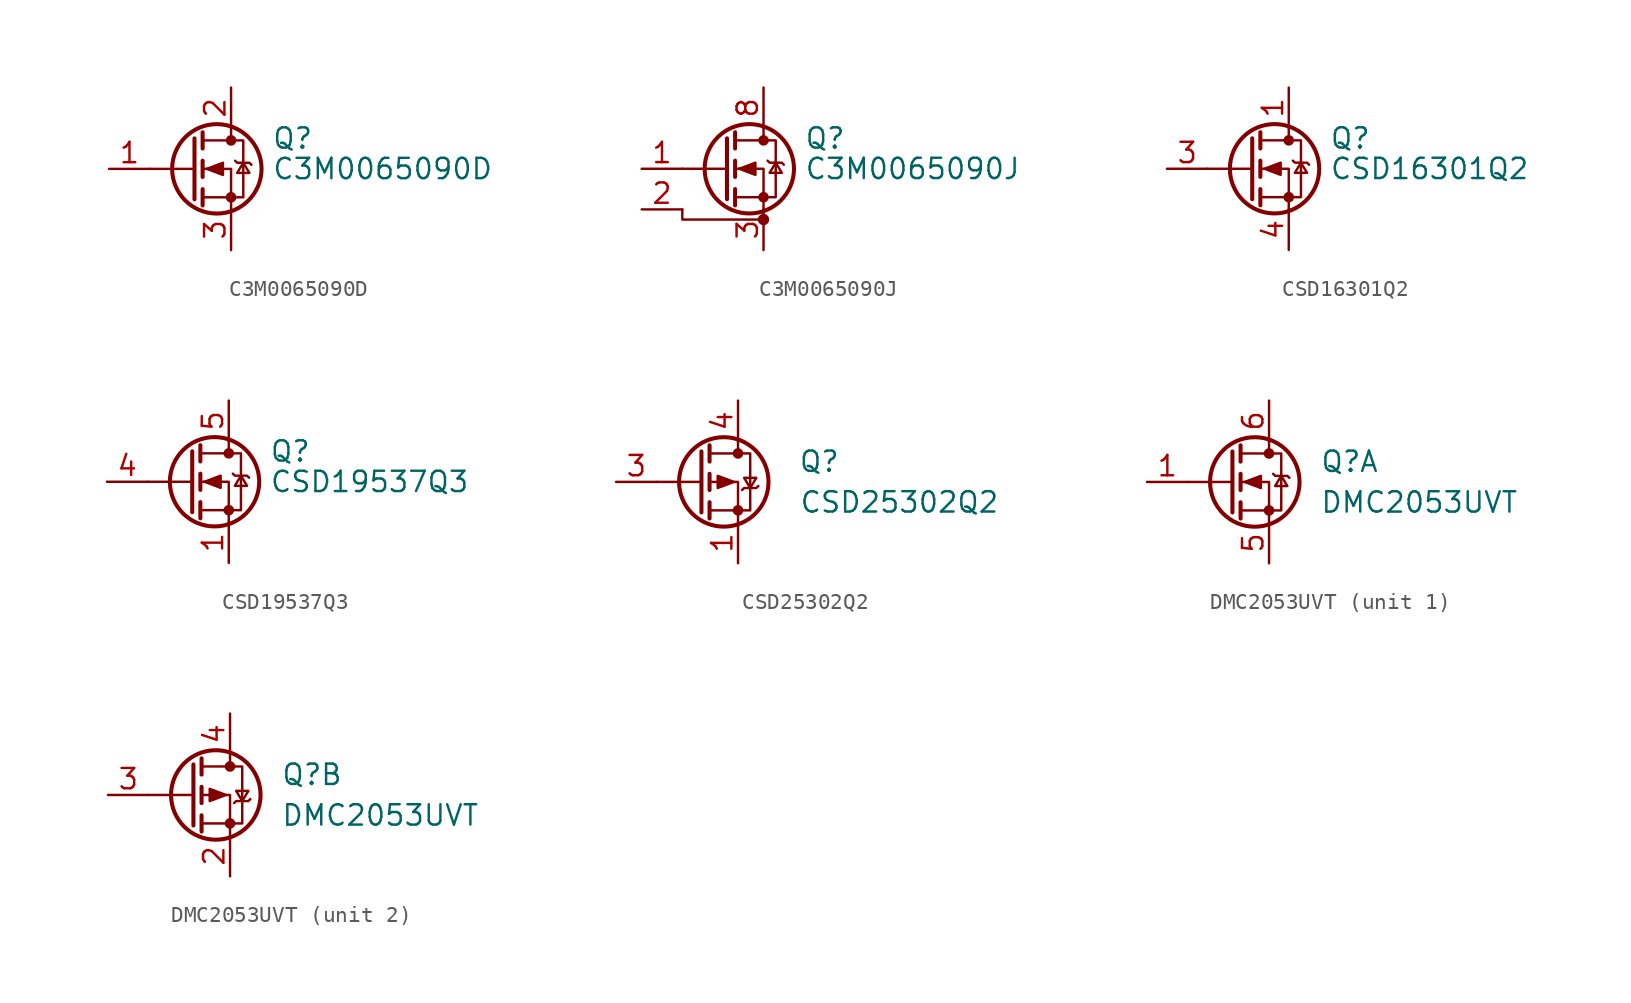
<source format=kicad_sym>
(kicad_symbol_lib
  (version 20201005)
  (generator kicad_symbol_editor)
  (symbol "C3M0065090D"
    (pin_names hide)
    (property "Reference" "Q"
      (at 5.08 1.905 0)
      (effects (font (size 1.27 1.27)) (justify left)))
    (property "Value" "C3M0065090D"
      (at 5.08 0 0)
      (effects (font (size 1.27 1.27)) (justify left)))
    (symbol "C3M0065090D_0_1"
      (circle (center 1.651 0) (radius 2.794) (stroke (width 0.254)) (fill (type none)))
      (circle (center 2.54 -1.778) (radius 0.254) (stroke (width 0)) (fill (type outline)))
      (circle (center 2.54 1.778) (radius 0.254) (stroke (width 0)) (fill (type outline)))
      (polyline (pts (xy 0.254 0) (xy -2.54 0)) (stroke (width 0)) (fill (type none)))
      (polyline (pts (xy 0.254 1.905) (xy 0.254 -1.905)) (stroke (width 0.254)) (fill (type none)))
      (polyline (pts (xy 0.762 -1.27) (xy 0.762 -2.286)) (stroke (width 0.254)) (fill (type none)))
      (polyline (pts (xy 0.762 0.508) (xy 0.762 -0.508)) (stroke (width 0.254)) (fill (type none)))
      (polyline (pts (xy 0.762 2.286) (xy 0.762 1.27)) (stroke (width 0.254)) (fill (type none)))
      (polyline (pts (xy 2.54 2.54) (xy 2.54 1.778)) (stroke (width 0)) (fill (type none)))
      (polyline (pts (xy 2.54 -2.54) (xy 2.54 0) (xy 0.762 0)) (stroke (width 0)) (fill (type none)))
      (polyline (pts (xy 0.762 -1.778) (xy 3.302 -1.778) (xy 3.302 1.778) (xy 0.762 1.778)) (stroke (width 0)) (fill (type none)))
      (polyline (pts (xy 2.794 0.508) (xy 2.921 0.381) (xy 3.683 0.381) (xy 3.81 0.254)) (stroke (width 0)) (fill (type none)))
      (polyline (pts (xy 3.302 0.381) (xy 2.921 -0.254) (xy 3.683 -0.254) (xy 3.302 0.381)) (stroke (width 0)) (fill (type none)))
      (polyline (pts (xy 1.016 0) (xy 2.032 0.381) (xy 2.032 -0.381) (xy 1.016 0)) (stroke (width 0)) (fill (type outline))))
    (symbol "C3M0065090D_1_1"
      (pin input line (at -5.08 0 0) (length 2.54) (name "G" (effects (font (size 1.27 1.27)))) (number "1" (effects (font (size 1.27 1.27)))))
      (pin passive line (at 2.54 5.08 270) (length 2.54) (name "D" (effects (font (size 1.27 1.27)))) (number "2" (effects (font (size 1.27 1.27)))))
      (pin passive line (at 2.54 -5.08 90) (length 2.54) (name "S" (effects (font (size 1.27 1.27)))) (number "3" (effects (font (size 1.27 1.27)))))))
  (symbol "C3M0065090J"
    (pin_names hide)
    (property "Reference" "Q"
      (at 5.08 1.905 0)
      (effects (font (size 1.27 1.27)) (justify left)))
    (property "Value" "C3M0065090J"
      (at 5.08 0 0)
      (effects (font (size 1.27 1.27)) (justify left)))
    (symbol "C3M0065090J_0_1"
      (circle (center 1.651 0) (radius 2.794) (stroke (width 0.254)) (fill (type none)))
      (circle (center 2.54 -3.175) (radius 0.279) (stroke (width 0)) (fill (type outline)))
      (circle (center 2.54 -1.778) (radius 0.254) (stroke (width 0)) (fill (type outline)))
      (circle (center 2.54 1.778) (radius 0.254) (stroke (width 0)) (fill (type outline)))
      (polyline (pts (xy 0.254 0) (xy -2.54 0)) (stroke (width 0)) (fill (type none)))
      (polyline (pts (xy 0.254 1.905) (xy 0.254 -1.905)) (stroke (width 0.254)) (fill (type none)))
      (polyline (pts (xy 0.762 -1.27) (xy 0.762 -2.286)) (stroke (width 0.254)) (fill (type none)))
      (polyline (pts (xy 0.762 0.508) (xy 0.762 -0.508)) (stroke (width 0.254)) (fill (type none)))
      (polyline (pts (xy 0.762 2.286) (xy 0.762 1.27)) (stroke (width 0.254)) (fill (type none)))
      (polyline (pts (xy 2.54 2.54) (xy 2.54 1.778)) (stroke (width 0)) (fill (type none)))
      (polyline (pts (xy -2.54 -2.54) (xy -2.54 -3.175) (xy 2.54 -3.175)) (stroke (width 0)) (fill (type none)))
      (polyline (pts (xy 2.54 -2.54) (xy 2.54 0) (xy 0.762 0)) (stroke (width 0)) (fill (type none)))
      (polyline (pts (xy 0.762 -1.778) (xy 3.302 -1.778) (xy 3.302 1.778) (xy 0.762 1.778)) (stroke (width 0)) (fill (type none)))
      (polyline (pts (xy 2.794 0.508) (xy 2.921 0.381) (xy 3.683 0.381) (xy 3.81 0.254)) (stroke (width 0)) (fill (type none)))
      (polyline (pts (xy 3.302 0.381) (xy 2.921 -0.254) (xy 3.683 -0.254) (xy 3.302 0.381)) (stroke (width 0)) (fill (type none)))
      (polyline (pts (xy 1.016 0) (xy 2.032 0.381) (xy 2.032 -0.381) (xy 1.016 0)) (stroke (width 0)) (fill (type outline))))
    (symbol "C3M0065090J_1_1"
      (pin input line (at -5.08 0 0) (length 2.54) (name "G" (effects (font (size 1.27 1.27)))) (number "1" (effects (font (size 1.27 1.27)))))
      (pin passive line (at -5.08 -2.54 0) (length 2.54) (name "DS" (effects (font (size 1.27 1.27)))) (number "2" (effects (font (size 1.27 1.27)))))
      (pin passive line (at 2.54 -5.08 90) (length 2.54) (name "S" (effects (font (size 1.27 1.27)))) (number "3" (effects (font (size 1.27 1.27)))))
      (pin passive line (at 2.54 -5.08 90) (length 2.54) hide (name "S" (effects (font (size 1.27 1.27)))) (number "4" (effects (font (size 1.27 1.27)))))
      (pin passive line (at 2.54 -5.08 90) (length 2.54) hide (name "S" (effects (font (size 1.27 1.27)))) (number "5" (effects (font (size 1.27 1.27)))))
      (pin passive line (at 2.54 -5.08 90) (length 2.54) hide (name "S" (effects (font (size 1.27 1.27)))) (number "6" (effects (font (size 1.27 1.27)))))
      (pin passive line (at 2.54 -5.08 90) (length 2.54) hide (name "S" (effects (font (size 1.27 1.27)))) (number "7" (effects (font (size 1.27 1.27)))))
      (pin passive line (at 2.54 5.08 270) (length 2.54) (name "D" (effects (font (size 1.27 1.27)))) (number "8" (effects (font (size 1.27 1.27)))))))
  (symbol "CSD16301Q2"
    (pin_names hide)
    (property "Reference" "Q"
      (at 5.08 1.905 0)
      (effects (font (size 1.27 1.27)) (justify left)))
    (property "Value" "CSD16301Q2"
      (at 5.08 0 0)
      (effects (font (size 1.27 1.27)) (justify left)))
    (symbol "CSD16301Q2_0_1"
      (circle (center 1.651 0) (radius 2.794) (stroke (width 0.254)) (fill (type none)))
      (circle (center 2.54 -1.778) (radius 0.254) (stroke (width 0)) (fill (type outline)))
      (circle (center 2.54 1.778) (radius 0.254) (stroke (width 0)) (fill (type outline)))
      (polyline (pts (xy 0.254 0) (xy -2.54 0)) (stroke (width 0)) (fill (type none)))
      (polyline (pts (xy 0.254 1.905) (xy 0.254 -1.905)) (stroke (width 0.254)) (fill (type none)))
      (polyline (pts (xy 0.762 -1.27) (xy 0.762 -2.286)) (stroke (width 0.254)) (fill (type none)))
      (polyline (pts (xy 0.762 0.508) (xy 0.762 -0.508)) (stroke (width 0.254)) (fill (type none)))
      (polyline (pts (xy 0.762 2.286) (xy 0.762 1.27)) (stroke (width 0.254)) (fill (type none)))
      (polyline (pts (xy 2.54 2.54) (xy 2.54 1.778)) (stroke (width 0)) (fill (type none)))
      (polyline (pts (xy 2.54 -2.54) (xy 2.54 0) (xy 0.762 0)) (stroke (width 0)) (fill (type none)))
      (polyline (pts (xy 0.762 -1.778) (xy 3.302 -1.778) (xy 3.302 1.778) (xy 0.762 1.778)) (stroke (width 0)) (fill (type none)))
      (polyline (pts (xy 2.794 0.508) (xy 2.921 0.381) (xy 3.683 0.381) (xy 3.81 0.254)) (stroke (width 0)) (fill (type none)))
      (polyline (pts (xy 3.302 0.381) (xy 2.921 -0.254) (xy 3.683 -0.254) (xy 3.302 0.381)) (stroke (width 0)) (fill (type none)))
      (polyline (pts (xy 1.016 0) (xy 2.032 0.381) (xy 2.032 -0.381) (xy 1.016 0)) (stroke (width 0)) (fill (type outline))))
    (symbol "CSD16301Q2_1_1"
      (pin passive line (at 2.54 5.08 270) (length 2.54) (name "D" (effects (font (size 1.27 1.27)))) (number "1" (effects (font (size 1.27 1.27)))))
      (pin passive line (at 2.54 5.08 270) (length 2.54) hide (name "D" (effects (font (size 1.27 1.27)))) (number "2" (effects (font (size 1.27 1.27)))))
      (pin passive line (at -5.08 0 0) (length 2.54) (name "G" (effects (font (size 1.27 1.27)))) (number "3" (effects (font (size 1.27 1.27)))))
      (pin passive line (at 2.54 -5.08 90) (length 2.54) (name "S" (effects (font (size 1.27 1.27)))) (number "4" (effects (font (size 1.27 1.27)))))
      (pin passive line (at 2.54 5.08 270) (length 2.54) hide (name "D" (effects (font (size 1.27 1.27)))) (number "5" (effects (font (size 1.27 1.27)))))
      (pin passive line (at 2.54 5.08 270) (length 2.54) hide (name "D" (effects (font (size 1.27 1.27)))) (number "6" (effects (font (size 1.27 1.27)))))
      (pin passive line (at 2.54 -5.08 90) (length 2.54) hide (name "S" (effects (font (size 1.27 1.27)))) (number "7" (effects (font (size 1.27 1.27)))))
      (pin passive line (at 2.54 5.08 270) (length 2.54) hide (name "D" (effects (font (size 1.27 1.27)))) (number "8" (effects (font (size 1.27 1.27)))))))
  (symbol "CSD19537Q3"
    (pin_names hide)
    (property "Reference" "Q"
      (at 5.08 1.905 0)
      (effects (font (size 1.27 1.27)) (justify left)))
    (property "Value" "CSD19537Q3"
      (at 5.08 0 0)
      (effects (font (size 1.27 1.27)) (justify left)))
    (symbol "CSD19537Q3_0_1"
      (circle (center 1.651 0) (radius 2.794) (stroke (width 0.254)) (fill (type none)))
      (circle (center 2.54 -1.778) (radius 0.254) (stroke (width 0)) (fill (type outline)))
      (circle (center 2.54 1.778) (radius 0.254) (stroke (width 0)) (fill (type outline)))
      (polyline (pts (xy 0.254 0) (xy -2.54 0)) (stroke (width 0)) (fill (type none)))
      (polyline (pts (xy 0.254 1.905) (xy 0.254 -1.905)) (stroke (width 0.254)) (fill (type none)))
      (polyline (pts (xy 0.762 -1.27) (xy 0.762 -2.286)) (stroke (width 0.254)) (fill (type none)))
      (polyline (pts (xy 0.762 0.508) (xy 0.762 -0.508)) (stroke (width 0.254)) (fill (type none)))
      (polyline (pts (xy 0.762 2.286) (xy 0.762 1.27)) (stroke (width 0.254)) (fill (type none)))
      (polyline (pts (xy 2.54 2.54) (xy 2.54 1.778)) (stroke (width 0)) (fill (type none)))
      (polyline (pts (xy 2.54 -2.54) (xy 2.54 0) (xy 0.762 0)) (stroke (width 0)) (fill (type none)))
      (polyline (pts (xy 0.762 -1.778) (xy 3.302 -1.778) (xy 3.302 1.778) (xy 0.762 1.778)) (stroke (width 0)) (fill (type none)))
      (polyline (pts (xy 2.794 0.508) (xy 2.921 0.381) (xy 3.683 0.381) (xy 3.81 0.254)) (stroke (width 0)) (fill (type none)))
      (polyline (pts (xy 3.302 0.381) (xy 2.921 -0.254) (xy 3.683 -0.254) (xy 3.302 0.381)) (stroke (width 0)) (fill (type none)))
      (polyline (pts (xy 1.016 0) (xy 2.032 0.381) (xy 2.032 -0.381) (xy 1.016 0)) (stroke (width 0)) (fill (type outline))))
    (symbol "CSD19537Q3_1_1"
      (pin passive line (at 2.54 -5.08 90) (length 2.54) (name "S" (effects (font (size 1.27 1.27)))) (number "1" (effects (font (size 1.27 1.27)))))
      (pin passive line (at 2.54 -5.08 90) (length 2.54) hide (name "S" (effects (font (size 1.27 1.27)))) (number "2" (effects (font (size 1.27 1.27)))))
      (pin passive line (at 2.54 -5.08 90) (length 2.54) hide (name "S" (effects (font (size 1.27 1.27)))) (number "3" (effects (font (size 1.27 1.27)))))
      (pin passive line (at -5.08 0 0) (length 2.54) (name "G" (effects (font (size 1.27 1.27)))) (number "4" (effects (font (size 1.27 1.27)))))
      (pin passive line (at 2.54 5.08 270) (length 2.54) (name "D" (effects (font (size 1.27 1.27)))) (number "5" (effects (font (size 1.27 1.27)))))))
  (symbol "CSD25302Q2"
    (pin_names hide)
    (property "Reference" "Q"
      (at 5.08 1.27 0)
      (effects (font (size 1.27 1.27))))
    (property "Value" "CSD25302Q2"
      (at 3.81 -1.27 0)
      (effects (font (size 1.27 1.27)) (justify left)))
    (symbol "CSD25302Q2_0_1"
      (circle (center -0.889 0) (radius 2.794) (stroke (width 0.254)) (fill (type none)))
      (circle (center 0 -1.778) (radius 0.254) (stroke (width 0)) (fill (type outline)))
      (circle (center 0 1.778) (radius 0.254) (stroke (width 0)) (fill (type outline)))
      (polyline (pts (xy -2.286 0) (xy -5.08 0)) (stroke (width 0)) (fill (type none)))
      (polyline (pts (xy -2.286 1.905) (xy -2.286 -1.905)) (stroke (width 0.254)) (fill (type none)))
      (polyline (pts (xy -1.778 -1.27) (xy -1.778 -2.286)) (stroke (width 0.254)) (fill (type none)))
      (polyline (pts (xy -1.778 0.508) (xy -1.778 -0.508)) (stroke (width 0.254)) (fill (type none)))
      (polyline (pts (xy -1.778 2.286) (xy -1.778 1.27)) (stroke (width 0.254)) (fill (type none)))
      (polyline (pts (xy 0 2.54) (xy 0 1.778)) (stroke (width 0)) (fill (type none)))
      (polyline (pts (xy 0 -2.54) (xy 0 0) (xy -1.778 0)) (stroke (width 0)) (fill (type none)))
      (polyline (pts (xy -1.778 1.778) (xy 0.762 1.778) (xy 0.762 -1.778) (xy -1.778 -1.778)) (stroke (width 0)) (fill (type none)))
      (polyline (pts (xy 0.254 -0.508) (xy 0.381 -0.381) (xy 1.143 -0.381) (xy 1.27 -0.254)) (stroke (width 0)) (fill (type none)))
      (polyline (pts (xy 0.762 -0.381) (xy 0.381 0.254) (xy 1.143 0.254) (xy 0.762 -0.381)) (stroke (width 0)) (fill (type none)))
      (polyline (pts (xy -0.254 0) (xy -1.27 0.381) (xy -1.27 -0.381) (xy -0.254 0)) (stroke (width 0)) (fill (type outline))))
    (symbol "CSD25302Q2_1_1"
      (pin passive line (at 0 -5.08 90) (length 2.54) (name "S" (effects (font (size 1.27 1.27)))) (number "1" (effects (font (size 1.27 1.27)))))
      (pin passive line (at 0 -5.08 90) (length 2.54) hide (name "S" (effects (font (size 1.27 1.27)))) (number "2" (effects (font (size 1.27 1.27)))))
      (pin passive line (at -7.62 0 0) (length 2.54) (name "G" (effects (font (size 1.27 1.27)))) (number "3" (effects (font (size 1.27 1.27)))))
      (pin passive line (at 0 5.08 270) (length 2.54) (name "D" (effects (font (size 1.27 1.27)))) (number "4" (effects (font (size 1.27 1.27)))))
      (pin passive line (at 0 -5.08 90) (length 2.54) hide (name "S" (effects (font (size 1.27 1.27)))) (number "5" (effects (font (size 1.27 1.27)))))
      (pin passive line (at 0 -5.08 90) (length 2.54) hide (name "S" (effects (font (size 1.27 1.27)))) (number "6" (effects (font (size 1.27 1.27)))))
      (pin passive line (at 0 5.08 270) (length 2.54) hide (name "D" (effects (font (size 1.27 1.27)))) (number "7" (effects (font (size 1.27 1.27)))))
      (pin passive line (at 0 -5.08 90) (length 2.54) hide (name "S" (effects (font (size 1.27 1.27)))) (number "8" (effects (font (size 1.27 1.27)))))))
  (symbol "DMC2053UVT"
    (pin_names hide)
    (property "Reference" "Q"
      (at 3.175 1.27 0)
      (effects (font (size 1.27 1.27)) (justify left)))
    (property "Value" "DMC2053UVT"
      (at 3.175 -1.27 0)
      (effects (font (size 1.27 1.27)) (justify left)))
    (symbol "DMC2053UVT_0_1"
      (circle (center -0.889 0) (radius 2.794) (stroke (width 0.254)) (fill (type none)))
      (circle (center 0 -1.778) (radius 0.254) (stroke (width 0)) (fill (type outline)))
      (circle (center 0 1.778) (radius 0.254) (stroke (width 0)) (fill (type outline)))
      (polyline (pts (xy -2.286 0) (xy -5.08 0)) (stroke (width 0)) (fill (type none)))
      (polyline (pts (xy -2.286 1.905) (xy -2.286 -1.905)) (stroke (width 0.254)) (fill (type none)))
      (polyline (pts (xy -1.778 -1.27) (xy -1.778 -2.286)) (stroke (width 0.254)) (fill (type none)))
      (polyline (pts (xy -1.778 0.508) (xy -1.778 -0.508)) (stroke (width 0.254)) (fill (type none)))
      (polyline (pts (xy -1.778 2.286) (xy -1.778 1.27)) (stroke (width 0.254)) (fill (type none)))
      (polyline (pts (xy 0 2.54) (xy 0 1.778)) (stroke (width 0)) (fill (type none)))
      (polyline (pts (xy 0 -2.54) (xy 0 0) (xy -1.778 0)) (stroke (width 0)) (fill (type none)))
      (polyline (pts (xy -1.778 -1.778) (xy 0.762 -1.778) (xy 0.762 1.778) (xy -1.778 1.778)) (stroke (width 0)) (fill (type none))))
    (symbol "DMC2053UVT_1_1"
      (polyline (pts (xy 0.254 0.508) (xy 0.381 0.381) (xy 1.143 0.381) (xy 1.27 0.254)) (stroke (width 0)) (fill (type none)))
      (polyline (pts (xy 0.762 0.381) (xy 0.381 -0.254) (xy 1.143 -0.254) (xy 0.762 0.381)) (stroke (width 0)) (fill (type none)))
      (polyline (pts (xy -1.524 0) (xy -0.508 0.381) (xy -0.508 -0.381) (xy -1.524 0)) (stroke (width 0)) (fill (type outline)))
      (pin passive line (at -7.62 0 0) (length 2.54) (name "G" (effects (font (size 1.27 1.27)))) (number "1" (effects (font (size 1.27 1.27)))))
      (pin passive line (at 0 -5.08 90) (length 2.54) (name "S" (effects (font (size 1.27 1.27)))) (number "5" (effects (font (size 1.27 1.27)))))
      (pin passive line (at 0 5.08 270) (length 2.54) (name "D" (effects (font (size 1.27 1.27)))) (number "6" (effects (font (size 1.27 1.27))))))
    (symbol "DMC2053UVT_2_1"
      (polyline (pts (xy 0.254 -0.508) (xy 0.381 -0.381) (xy 1.143 -0.381) (xy 1.27 -0.254)) (stroke (width 0)) (fill (type none)))
      (polyline (pts (xy 0.762 -0.381) (xy 0.381 0.254) (xy 1.143 0.254) (xy 0.762 -0.381)) (stroke (width 0)) (fill (type none)))
      (polyline (pts (xy -0.254 0) (xy -1.27 0.381) (xy -1.27 -0.381) (xy -0.254 0)) (stroke (width 0)) (fill (type outline)))
      (pin passive line (at 0 -5.08 90) (length 2.54) (name "S" (effects (font (size 1.27 1.27)))) (number "2" (effects (font (size 1.27 1.27)))))
      (pin passive line (at -7.62 0 0) (length 2.54) (name "G" (effects (font (size 1.27 1.27)))) (number "3" (effects (font (size 1.27 1.27)))))
      (pin passive line (at 0 5.08 270) (length 2.54) (name "D" (effects (font (size 1.27 1.27)))) (number "4" (effects (font (size 1.27 1.27))))))))
</source>
